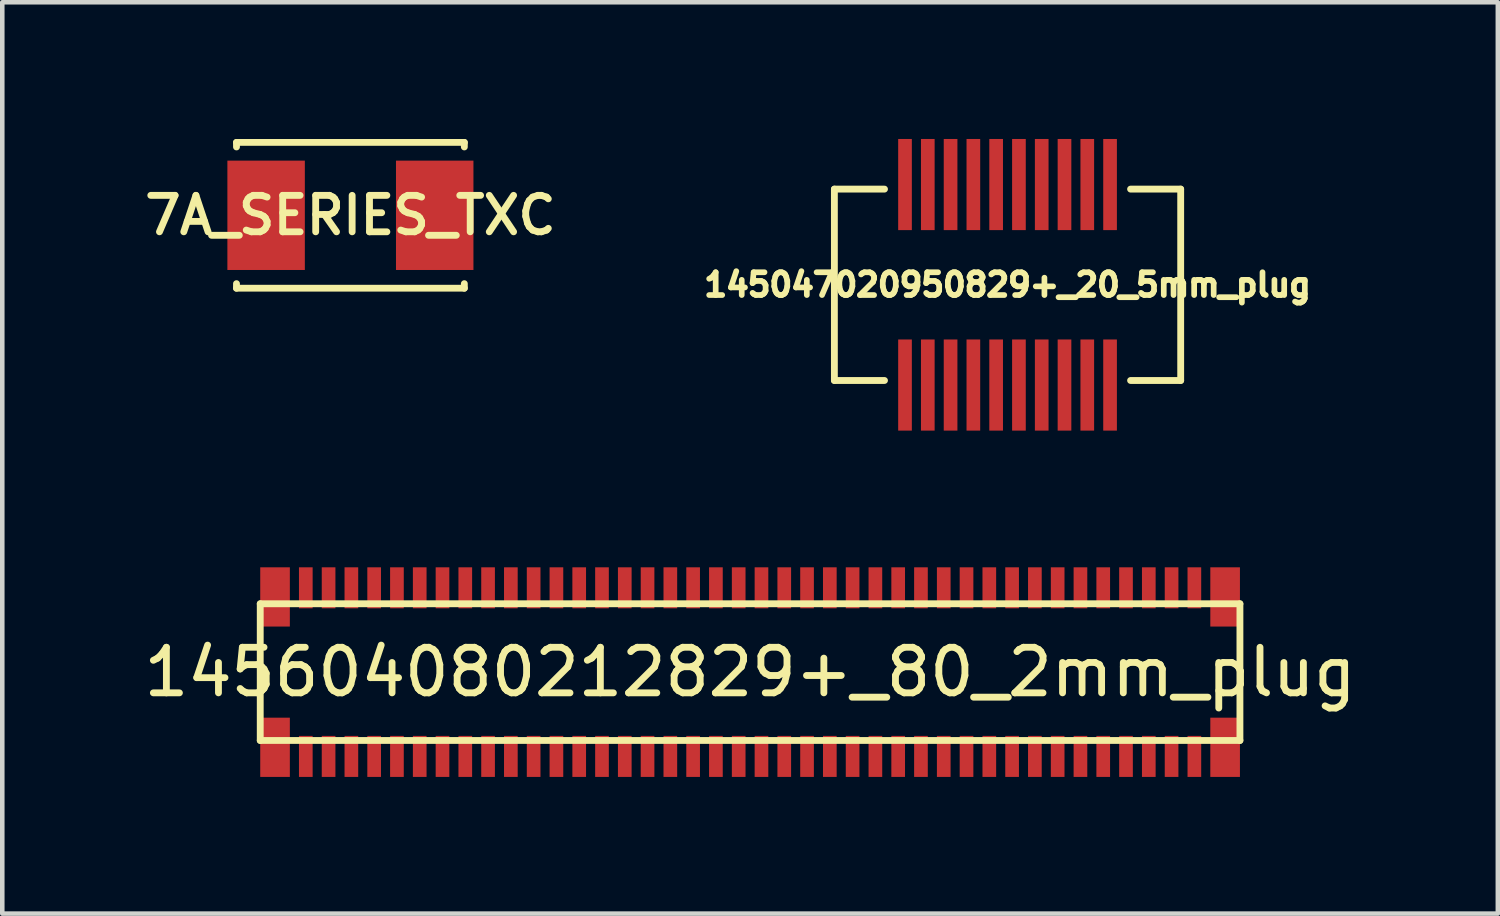
<source format=kicad_pcb>
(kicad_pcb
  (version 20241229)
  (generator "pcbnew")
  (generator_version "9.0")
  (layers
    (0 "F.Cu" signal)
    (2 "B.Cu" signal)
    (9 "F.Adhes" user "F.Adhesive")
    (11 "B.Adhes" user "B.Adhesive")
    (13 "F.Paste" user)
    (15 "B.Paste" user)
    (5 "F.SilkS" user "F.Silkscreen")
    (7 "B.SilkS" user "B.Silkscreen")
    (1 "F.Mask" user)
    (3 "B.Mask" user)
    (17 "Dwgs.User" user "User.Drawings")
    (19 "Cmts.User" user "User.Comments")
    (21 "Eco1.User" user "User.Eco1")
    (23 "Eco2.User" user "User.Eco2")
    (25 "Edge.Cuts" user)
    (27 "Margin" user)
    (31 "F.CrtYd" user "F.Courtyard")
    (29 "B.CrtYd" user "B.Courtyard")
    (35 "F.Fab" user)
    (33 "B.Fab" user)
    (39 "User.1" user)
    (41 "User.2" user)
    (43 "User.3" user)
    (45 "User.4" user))
  (footprint "145604080212829+_80_2mm_plug"
    (layer "F.Cu")
    (at 13.411 11.7)
    (property "Reference" "145604080212829+_80_2mm_plug" (at 0 0 0) (layer "F.SilkS") (effects (font (size 1 1) (thickness 0.15))))
    (attr through_hole)
    (fp_line (start -10.75 -1.5) (end 10.75 -1.5) (stroke (width 0.15) (type solid)) (layer "F.SilkS"))
    (fp_line (start -10.75 1.5) (end -10.75 -1.5) (stroke (width 0.15) (type solid)) (layer "F.SilkS"))
    (fp_line (start 10.75 -1.5) (end 10.75 1.5) (stroke (width 0.15) (type solid)) (layer "F.SilkS"))
    (fp_line (start 10.75 1.5) (end -10.75 1.5) (stroke (width 0.15) (type solid)) (layer "F.SilkS"))
    (pad "1" smd rect (at -9.75 1.85) (size 0.3 0.9) (layers "F.Cu" "F.Mask" "F.Paste"))
    (pad "2" smd rect (at -9.75 -1.85) (size 0.3 0.9) (layers "F.Cu" "F.Mask" "F.Paste"))
    (pad "3" smd rect (at -9.25 1.85) (size 0.3 0.9) (layers "F.Cu" "F.Mask" "F.Paste"))
    (pad "4" smd rect (at -9.25 -1.85) (size 0.3 0.9) (layers "F.Cu" "F.Mask" "F.Paste"))
    (pad "5" smd rect (at -8.75 1.85) (size 0.3 0.9) (layers "F.Cu" "F.Mask" "F.Paste"))
    (pad "6" smd rect (at -8.75 -1.85) (size 0.3 0.9) (layers "F.Cu" "F.Mask" "F.Paste"))
    (pad "7" smd rect (at -8.25 1.85) (size 0.3 0.9) (layers "F.Cu" "F.Mask" "F.Paste"))
    (pad "8" smd rect (at -8.25 -1.85) (size 0.3 0.9) (layers "F.Cu" "F.Mask" "F.Paste"))
    (pad "9" smd rect (at -7.75 1.85) (size 0.3 0.9) (layers "F.Cu" "F.Mask" "F.Paste"))
    (pad "10" smd rect (at -7.75 -1.85) (size 0.3 0.9) (layers "F.Cu" "F.Mask" "F.Paste"))
    (pad "11" smd rect (at -7.25 1.85) (size 0.3 0.9) (layers "F.Cu" "F.Mask" "F.Paste"))
    (pad "12" smd rect (at -7.25 -1.85) (size 0.3 0.9) (layers "F.Cu" "F.Mask" "F.Paste"))
    (pad "13" smd rect (at -6.75 1.85) (size 0.3 0.9) (layers "F.Cu" "F.Mask" "F.Paste"))
    (pad "14" smd rect (at -6.75 -1.85) (size 0.3 0.9) (layers "F.Cu" "F.Mask" "F.Paste"))
    (pad "15" smd rect (at -6.25 1.85) (size 0.3 0.9) (layers "F.Cu" "F.Mask" "F.Paste"))
    (pad "16" smd rect (at -6.25 -1.85) (size 0.3 0.9) (layers "F.Cu" "F.Mask" "F.Paste"))
    (pad "17" smd rect (at -5.75 1.85) (size 0.3 0.9) (layers "F.Cu" "F.Mask" "F.Paste"))
    (pad "18" smd rect (at -5.75 -1.85) (size 0.3 0.9) (layers "F.Cu" "F.Mask" "F.Paste"))
    (pad "19" smd rect (at -5.25 1.85) (size 0.3 0.9) (layers "F.Cu" "F.Mask" "F.Paste"))
    (pad "20" smd rect (at -5.25 -1.85) (size 0.3 0.9) (layers "F.Cu" "F.Mask" "F.Paste"))
    (pad "21" smd rect (at -4.75 1.85) (size 0.3 0.9) (layers "F.Cu" "F.Mask" "F.Paste"))
    (pad "22" smd rect (at -4.75 -1.85) (size 0.3 0.9) (layers "F.Cu" "F.Mask" "F.Paste"))
    (pad "23" smd rect (at -4.25 1.85) (size 0.3 0.9) (layers "F.Cu" "F.Mask" "F.Paste"))
    (pad "24" smd rect (at -4.25 -1.85) (size 0.3 0.9) (layers "F.Cu" "F.Mask" "F.Paste"))
    (pad "25" smd rect (at -3.75 1.85) (size 0.3 0.9) (layers "F.Cu" "F.Mask" "F.Paste"))
    (pad "26" smd rect (at -3.75 -1.85) (size 0.3 0.9) (layers "F.Cu" "F.Mask" "F.Paste"))
    (pad "27" smd rect (at -3.25 1.85) (size 0.3 0.9) (layers "F.Cu" "F.Mask" "F.Paste"))
    (pad "28" smd rect (at -3.25 -1.85) (size 0.3 0.9) (layers "F.Cu" "F.Mask" "F.Paste"))
    (pad "29" smd rect (at -2.75 1.85) (size 0.3 0.9) (layers "F.Cu" "F.Mask" "F.Paste"))
    (pad "30" smd rect (at -2.75 -1.85) (size 0.3 0.9) (layers "F.Cu" "F.Mask" "F.Paste"))
    (pad "31" smd rect (at -2.25 1.85) (size 0.3 0.9) (layers "F.Cu" "F.Mask" "F.Paste"))
    (pad "32" smd rect (at -2.25 -1.85) (size 0.3 0.9) (layers "F.Cu" "F.Mask" "F.Paste"))
    (pad "33" smd rect (at -1.75 1.85) (size 0.3 0.9) (layers "F.Cu" "F.Mask" "F.Paste"))
    (pad "34" smd rect (at -1.75 -1.85) (size 0.3 0.9) (layers "F.Cu" "F.Mask" "F.Paste"))
    (pad "35" smd rect (at -1.25 1.85) (size 0.3 0.9) (layers "F.Cu" "F.Mask" "F.Paste"))
    (pad "36" smd rect (at -1.25 -1.85) (size 0.3 0.9) (layers "F.Cu" "F.Mask" "F.Paste"))
    (pad "37" smd rect (at -0.75 1.85) (size 0.3 0.9) (layers "F.Cu" "F.Mask" "F.Paste"))
    (pad "38" smd rect (at -0.75 -1.85) (size 0.3 0.9) (layers "F.Cu" "F.Mask" "F.Paste"))
    (pad "39" smd rect (at -0.25 1.85) (size 0.3 0.9) (layers "F.Cu" "F.Mask" "F.Paste"))
    (pad "40" smd rect (at -0.25 -1.85) (size 0.3 0.9) (layers "F.Cu" "F.Mask" "F.Paste"))
    (pad "41" smd rect (at 0.25 1.85) (size 0.3 0.9) (layers "F.Cu" "F.Mask" "F.Paste"))
    (pad "42" smd rect (at 0.25 -1.85) (size 0.3 0.9) (layers "F.Cu" "F.Mask" "F.Paste"))
    (pad "43" smd rect (at 0.75 1.85) (size 0.3 0.9) (layers "F.Cu" "F.Mask" "F.Paste"))
    (pad "44" smd rect (at 0.75 -1.85) (size 0.3 0.9) (layers "F.Cu" "F.Mask" "F.Paste"))
    (pad "45" smd rect (at 1.25 1.85) (size 0.3 0.9) (layers "F.Cu" "F.Mask" "F.Paste"))
    (pad "46" smd rect (at 1.25 -1.85) (size 0.3 0.9) (layers "F.Cu" "F.Mask" "F.Paste"))
    (pad "47" smd rect (at 1.75 1.85) (size 0.3 0.9) (layers "F.Cu" "F.Mask" "F.Paste"))
    (pad "48" smd rect (at 1.75 -1.85) (size 0.3 0.9) (layers "F.Cu" "F.Mask" "F.Paste"))
    (pad "49" smd rect (at 2.25 1.85) (size 0.3 0.9) (layers "F.Cu" "F.Mask" "F.Paste"))
    (pad "50" smd rect (at 2.25 -1.85) (size 0.3 0.9) (layers "F.Cu" "F.Mask" "F.Paste"))
    (pad "51" smd rect (at 2.75 1.85) (size 0.3 0.9) (layers "F.Cu" "F.Mask" "F.Paste"))
    (pad "52" smd rect (at 2.75 -1.85) (size 0.3 0.9) (layers "F.Cu" "F.Mask" "F.Paste"))
    (pad "53" smd rect (at 3.25 1.85) (size 0.3 0.9) (layers "F.Cu" "F.Mask" "F.Paste"))
    (pad "54" smd rect (at 3.25 -1.85) (size 0.3 0.9) (layers "F.Cu" "F.Mask" "F.Paste"))
    (pad "55" smd rect (at 3.75 1.85) (size 0.3 0.9) (layers "F.Cu" "F.Mask" "F.Paste"))
    (pad "56" smd rect (at 3.75 -1.85) (size 0.3 0.9) (layers "F.Cu" "F.Mask" "F.Paste"))
    (pad "57" smd rect (at 4.25 1.85) (size 0.3 0.9) (layers "F.Cu" "F.Mask" "F.Paste"))
    (pad "58" smd rect (at 4.25 -1.85) (size 0.3 0.9) (layers "F.Cu" "F.Mask" "F.Paste"))
    (pad "59" smd rect (at 4.75 1.85) (size 0.3 0.9) (layers "F.Cu" "F.Mask" "F.Paste"))
    (pad "60" smd rect (at 4.75 -1.85) (size 0.3 0.9) (layers "F.Cu" "F.Mask" "F.Paste"))
    (pad "61" smd rect (at 5.25 1.85) (size 0.3 0.9) (layers "F.Cu" "F.Mask" "F.Paste"))
    (pad "62" smd rect (at 5.25 -1.85) (size 0.3 0.9) (layers "F.Cu" "F.Mask" "F.Paste"))
    (pad "63" smd rect (at 5.75 1.85) (size 0.3 0.9) (layers "F.Cu" "F.Mask" "F.Paste"))
    (pad "64" smd rect (at 5.75 -1.85) (size 0.3 0.9) (layers "F.Cu" "F.Mask" "F.Paste"))
    (pad "65" smd rect (at 6.25 1.85) (size 0.3 0.9) (layers "F.Cu" "F.Mask" "F.Paste"))
    (pad "66" smd rect (at 6.25 -1.85) (size 0.3 0.9) (layers "F.Cu" "F.Mask" "F.Paste"))
    (pad "67" smd rect (at 6.75 1.85) (size 0.3 0.9) (layers "F.Cu" "F.Mask" "F.Paste"))
    (pad "68" smd rect (at 6.75 -1.85) (size 0.3 0.9) (layers "F.Cu" "F.Mask" "F.Paste"))
    (pad "69" smd rect (at 7.25 1.85) (size 0.3 0.9) (layers "F.Cu" "F.Mask" "F.Paste"))
    (pad "70" smd rect (at 7.25 -1.85) (size 0.3 0.9) (layers "F.Cu" "F.Mask" "F.Paste"))
    (pad "71" smd rect (at 7.75 1.85) (size 0.3 0.9) (layers "F.Cu" "F.Mask" "F.Paste"))
    (pad "72" smd rect (at 7.75 -1.85) (size 0.3 0.9) (layers "F.Cu" "F.Mask" "F.Paste"))
    (pad "73" smd rect (at 8.25 1.85) (size 0.3 0.9) (layers "F.Cu" "F.Mask" "F.Paste"))
    (pad "74" smd rect (at 8.25 -1.85) (size 0.3 0.9) (layers "F.Cu" "F.Mask" "F.Paste"))
    (pad "75" smd rect (at 8.75 1.85) (size 0.3 0.9) (layers "F.Cu" "F.Mask" "F.Paste"))
    (pad "76" smd rect (at 8.75 -1.85) (size 0.3 0.9) (layers "F.Cu" "F.Mask" "F.Paste"))
    (pad "77" smd rect (at 9.25 1.85) (size 0.3 0.9) (layers "F.Cu" "F.Mask" "F.Paste"))
    (pad "78" smd rect (at 9.25 -1.85) (size 0.3 0.9) (layers "F.Cu" "F.Mask" "F.Paste"))
    (pad "79" smd rect (at 9.75 1.85) (size 0.3 0.9) (layers "F.Cu" "F.Mask" "F.Paste"))
    (pad "80" smd rect (at 9.75 -1.85) (size 0.3 0.9) (layers "F.Cu" "F.Mask" "F.Paste"))
    (pad "fix" smd rect (at -10.425 -1.65) (size 0.65 1.3) (layers "F.Cu" "F.Mask" "F.Paste"))
    (pad "fix" smd rect (at -10.425 1.65) (size 0.65 1.3) (layers "F.Cu" "F.Mask" "F.Paste"))
    (pad "fix" smd rect (at 10.425 -1.65) (size 0.65 1.3) (layers "F.Cu" "F.Mask" "F.Paste"))
    (pad "fix" smd rect (at 10.425 1.65) (size 0.65 1.3) (layers "F.Cu" "F.Mask" "F.Paste")))
  (footprint "145047020950829+_20_5mm_plug"
    (layer "F.Cu")
    (at 19.061 3.2)
    (property "Reference" "145047020950829+_20_5mm_plug" (at 0 0 0) (layer "F.SilkS") (effects (font (size 0.5 0.5) (thickness 0.125))))
    (attr through_hole)
    (fp_line (start -3.8 -2.1) (end -3.8 2.1) (stroke (width 0.15) (type solid)) (layer "F.SilkS"))
    (fp_line (start -3.8 2.1) (end -2.7 2.1) (stroke (width 0.15) (type solid)) (layer "F.SilkS"))
    (fp_line (start -2.7 -2.1) (end -3.8 -2.1) (stroke (width 0.15) (type solid)) (layer "F.SilkS"))
    (fp_line (start 2.7 -2.1) (end 3.8 -2.1) (stroke (width 0.15) (type solid)) (layer "F.SilkS"))
    (fp_line (start 3.8 -2.1) (end 3.8 2.1) (stroke (width 0.15) (type solid)) (layer "F.SilkS"))
    (fp_line (start 3.8 2.1) (end 2.7 2.1) (stroke (width 0.15) (type solid)) (layer "F.SilkS"))
    (pad "1" smd rect (at -2.25 2.2) (size 0.3 2) (layers "F.Cu" "F.Mask" "F.Paste"))
    (pad "2" smd rect (at -2.25 -2.2) (size 0.3 2) (layers "F.Cu" "F.Mask" "F.Paste"))
    (pad "3" smd rect (at -1.75 2.2) (size 0.3 2) (layers "F.Cu" "F.Mask" "F.Paste"))
    (pad "4" smd rect (at -1.75 -2.2) (size 0.3 2) (layers "F.Cu" "F.Mask" "F.Paste"))
    (pad "5" smd rect (at -1.25 2.2) (size 0.3 2) (layers "F.Cu" "F.Mask" "F.Paste"))
    (pad "6" smd rect (at -1.25 -2.2) (size 0.3 2) (layers "F.Cu" "F.Mask" "F.Paste"))
    (pad "7" smd rect (at -0.75 2.2) (size 0.3 2) (layers "F.Cu" "F.Mask" "F.Paste"))
    (pad "8" smd rect (at -0.75 -2.2) (size 0.3 2) (layers "F.Cu" "F.Mask" "F.Paste"))
    (pad "9" smd rect (at -0.25 2.2) (size 0.3 2) (layers "F.Cu" "F.Mask" "F.Paste"))
    (pad "10" smd rect (at -0.25 -2.2) (size 0.3 2) (layers "F.Cu" "F.Mask" "F.Paste"))
    (pad "11" smd rect (at 0.25 2.2) (size 0.3 2) (layers "F.Cu" "F.Mask" "F.Paste"))
    (pad "12" smd rect (at 0.25 -2.2) (size 0.3 2) (layers "F.Cu" "F.Mask" "F.Paste"))
    (pad "13" smd rect (at 0.75 2.2) (size 0.3 2) (layers "F.Cu" "F.Mask" "F.Paste"))
    (pad "14" smd rect (at 0.75 -2.2) (size 0.3 2) (layers "F.Cu" "F.Mask" "F.Paste"))
    (pad "15" smd rect (at 1.25 2.2) (size 0.3 2) (layers "F.Cu" "F.Mask" "F.Paste"))
    (pad "16" smd rect (at 1.25 -2.2) (size 0.3 2) (layers "F.Cu" "F.Mask" "F.Paste"))
    (pad "17" smd rect (at 1.75 2.2) (size 0.3 2) (layers "F.Cu" "F.Mask" "F.Paste"))
    (pad "18" smd rect (at 1.75 -2.2) (size 0.3 2) (layers "F.Cu" "F.Mask" "F.Paste"))
    (pad "19" smd rect (at 2.25 2.2) (size 0.3 2) (layers "F.Cu" "F.Mask" "F.Paste"))
    (pad "20" smd rect (at 2.25 -2.2) (size 0.3 2) (layers "F.Cu" "F.Mask" "F.Paste")))
  (footprint "7A_SERIES_TXC"
    (layer "F.Cu")
    (at 4.64 1.675)
    (property "Reference" "7A_SERIES_TXC" (at 0 0 0) (layer "F.SilkS") (effects (font (size 0.8 0.8) (thickness 0.15))))
    (attr smd)
    (fp_line (start -2.5 -1.6) (end -2.5 -1.5) (stroke (width 0.15) (type solid)) (layer "F.SilkS"))
    (fp_line (start -2.5 1.5) (end -2.5 1.6) (stroke (width 0.15) (type solid)) (layer "F.SilkS"))
    (fp_line (start -2.5 1.6) (end 2.5 1.6) (stroke (width 0.15) (type solid)) (layer "F.SilkS"))
    (fp_line (start 2.5 -1.6) (end -2.5 -1.6) (stroke (width 0.15) (type solid)) (layer "F.SilkS"))
    (fp_line (start 2.5 -1.5) (end 2.5 -1.6) (stroke (width 0.15) (type solid)) (layer "F.SilkS"))
    (fp_line (start 2.5 1.6) (end 2.5 1.5) (stroke (width 0.15) (type solid)) (layer "F.SilkS"))
    (pad "1" smd rect (at -1.85 0) (size 1.7 2.4) (layers "F.Cu" "F.Mask" "F.Paste"))
    (pad "2" smd rect (at 1.85 0) (size 1.7 2.4) (layers "F.Cu" "F.Mask" "F.Paste")))
  (gr_rect
    (start -3 -3)
    (end 29.821 17)
    (stroke (width 0.1) (type default))
    (fill no)
    (layer "Edge.Cuts")))
</source>
